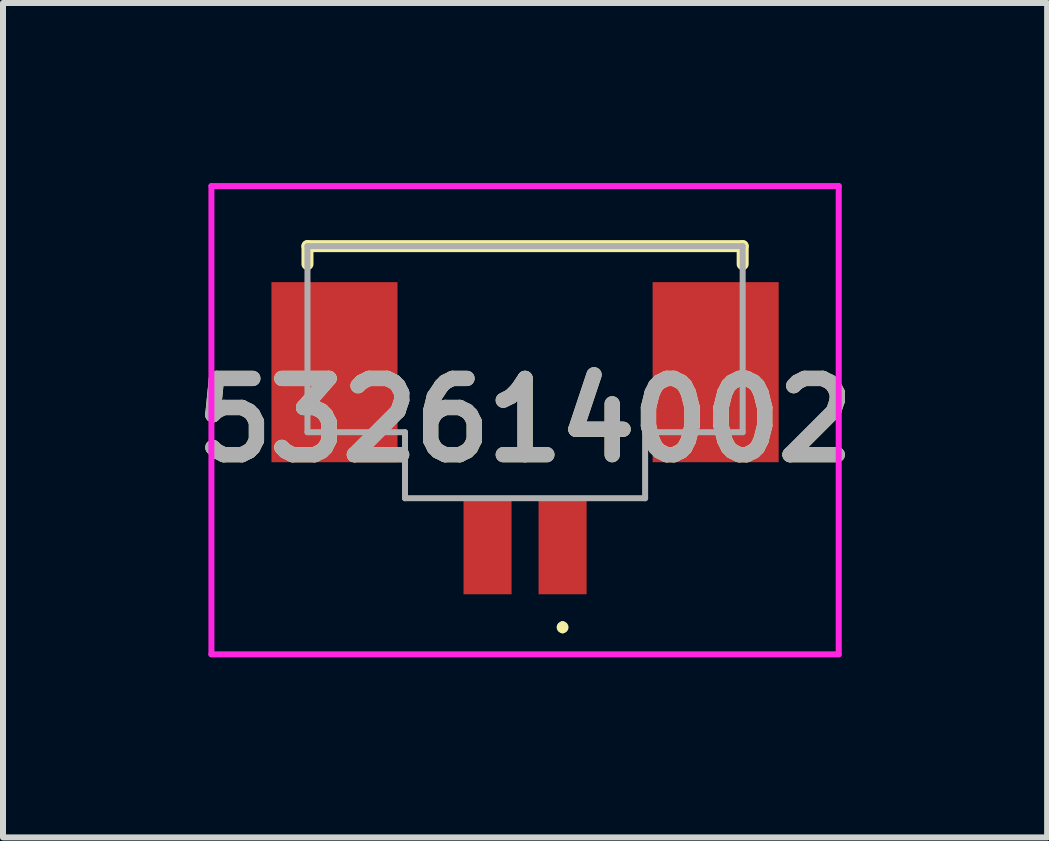
<source format=kicad_pcb>
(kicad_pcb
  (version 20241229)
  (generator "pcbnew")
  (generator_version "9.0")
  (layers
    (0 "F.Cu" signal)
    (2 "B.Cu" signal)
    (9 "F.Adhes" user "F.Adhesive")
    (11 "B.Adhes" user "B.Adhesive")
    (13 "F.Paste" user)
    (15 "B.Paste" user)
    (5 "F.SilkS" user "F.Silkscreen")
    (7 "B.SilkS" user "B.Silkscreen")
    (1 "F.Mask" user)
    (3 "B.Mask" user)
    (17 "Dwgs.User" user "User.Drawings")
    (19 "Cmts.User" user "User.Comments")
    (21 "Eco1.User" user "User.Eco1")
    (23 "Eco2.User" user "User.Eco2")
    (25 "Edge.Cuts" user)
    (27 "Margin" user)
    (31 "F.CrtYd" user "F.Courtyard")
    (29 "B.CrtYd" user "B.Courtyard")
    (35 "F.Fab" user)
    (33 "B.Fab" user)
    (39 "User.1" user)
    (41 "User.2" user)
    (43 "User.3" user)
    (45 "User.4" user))
  (footprint "532614002"
    (layer "F.Cu")
    (at 5.697 3.55)
    (property "Reference" "532614002" (at 0 0.4 0) (layer "F.SilkS") (effects (font (size 1.27 1.27) (thickness 0.254))))
    (attr smd)
    (fp_line (start -3.625 -2.5) (end -3.625 -2.2) (stroke (width 0.2) (type solid)) (layer "F.SilkS"))
    (fp_line (start 0.625 3.8) (end 0.625 3.8) (stroke (width 0.1) (type solid)) (layer "F.SilkS"))
    (fp_line (start 0.625 3.9) (end 0.625 3.9) (stroke (width 0.1) (type solid)) (layer "F.SilkS"))
    (fp_line (start 3.625 -2.5) (end -3.625 -2.5) (stroke (width 0.2) (type solid)) (layer "F.SilkS"))
    (fp_line (start 3.625 -2.2) (end 3.625 -2.5) (stroke (width 0.2) (type solid)) (layer "F.SilkS"))
    (fp_arc (start 0.625 3.8) (mid 0.675 3.85) (end 0.625 3.9) (stroke (width 0.1) (type solid)) (layer "F.SilkS"))
    (fp_arc (start 0.625 3.9) (mid 0.575 3.85) (end 0.625 3.8) (stroke (width 0.1) (type solid)) (layer "F.SilkS"))
    (fp_line (start -5.225 -3.5) (end 5.225 -3.5) (stroke (width 0.1) (type solid)) (layer "F.CrtYd"))
    (fp_line (start -5.225 4.3) (end -5.225 -3.5) (stroke (width 0.1) (type solid)) (layer "F.CrtYd"))
    (fp_line (start 5.225 -3.5) (end 5.225 4.3) (stroke (width 0.1) (type solid)) (layer "F.CrtYd"))
    (fp_line (start 5.225 4.3) (end -5.225 4.3) (stroke (width 0.1) (type solid)) (layer "F.CrtYd"))
    (fp_line (start -3.625 -2.5) (end 3.625 -2.5) (stroke (width 0.1) (type solid)) (layer "F.Fab"))
    (fp_line (start -3.625 0.6) (end -3.625 -2.5) (stroke (width 0.1) (type solid)) (layer "F.Fab"))
    (fp_line (start -2 0.6) (end -3.625 0.6) (stroke (width 0.1) (type solid)) (layer "F.Fab"))
    (fp_line (start -2 1.7) (end -2 0.6) (stroke (width 0.1) (type solid)) (layer "F.Fab"))
    (fp_line (start 2 0.6) (end 2 1.7) (stroke (width 0.1) (type solid)) (layer "F.Fab"))
    (fp_line (start 2 1.7) (end -2 1.7) (stroke (width 0.1) (type solid)) (layer "F.Fab"))
    (fp_line (start 3.625 -2.5) (end 3.625 0.6) (stroke (width 0.1) (type solid)) (layer "F.Fab"))
    (fp_line (start 3.625 0.6) (end 2 0.6) (stroke (width 0.1) (type solid)) (layer "F.Fab"))
    (fp_text user "${REFERENCE}" (at 0 0.4 0) (layer "F.Fab") (effects (font (size 1.27 1.27) (thickness 0.254))))
    (pad "1" smd rect (at 0.625 2.5) (size 0.8 1.6) (layers "F.Cu" "F.Mask" "F.Paste"))
    (pad "2" smd rect (at -0.625 2.5) (size 0.8 1.6) (layers "F.Cu" "F.Mask" "F.Paste"))
    (pad "MP1" smd rect (at 3.175 -0.4) (size 2.1 3) (layers "F.Cu" "F.Mask" "F.Paste"))
    (pad "MP2" smd rect (at -3.175 -0.4) (size 2.1 3) (layers "F.Cu" "F.Mask" "F.Paste")))
  (gr_rect
    (start -3 -3)
    (end 14.394 10.9)
    (stroke (width 0.1) (type default))
    (fill no)
    (layer "Edge.Cuts")))
</source>
